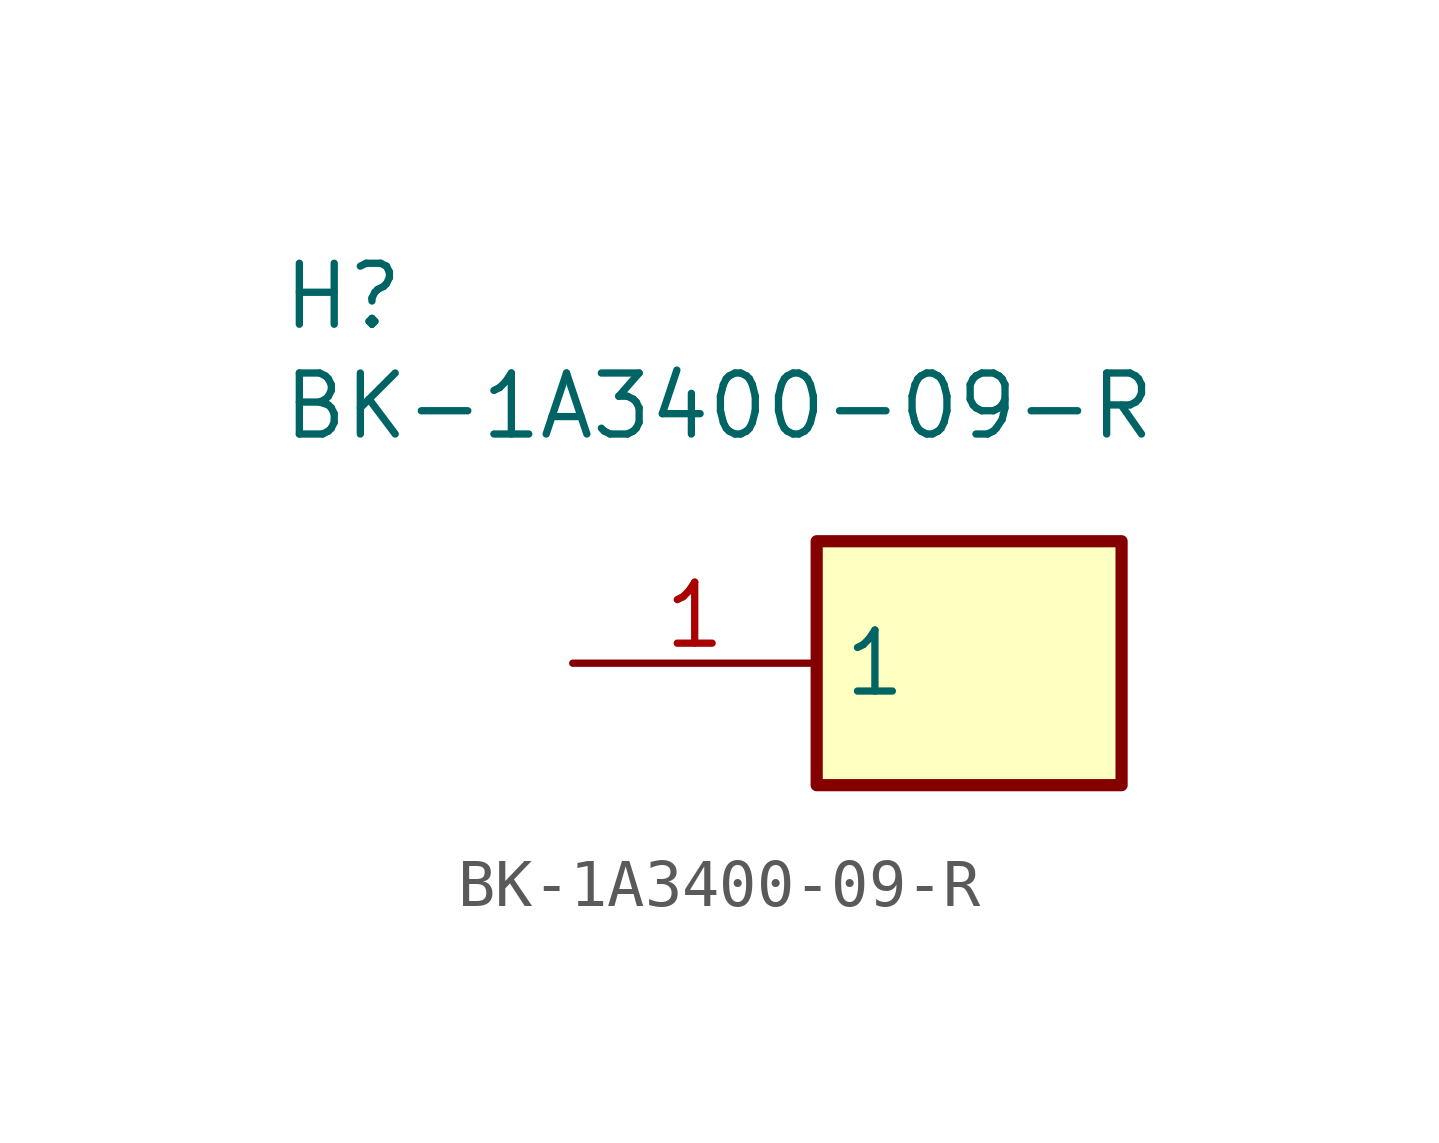
<source format=kicad_sym>
(kicad_symbol_lib
  (version 20231120)
  (generator "kicad_symbol_editor")
  (generator_version "8.0")
  (symbol "BK-1A3400-09-R"
    (property "Reference" "H"
      (at -11.176 8.382 0)
      (effects (font (size 1.27 1.27)) (justify left top)))
    (property "Value" "BK-1A3400-09-R"
      (at -11.176 6.096 0)
      (effects (font (size 1.27 1.27)) (justify left top)))
    (symbol "BK-1A3400-09-R_1_1"
      (rectangle (start 0 2.54) (end 6.35 -2.54) (stroke (width 0.254) (type default)) (fill (type background)))
      (pin passive line (at -5.08 0 0) (length 5.08) (name "1" (effects (font (size 1.27 1.27)))) (number "1" (effects (font (size 1.27 1.27))))))))
</source>
